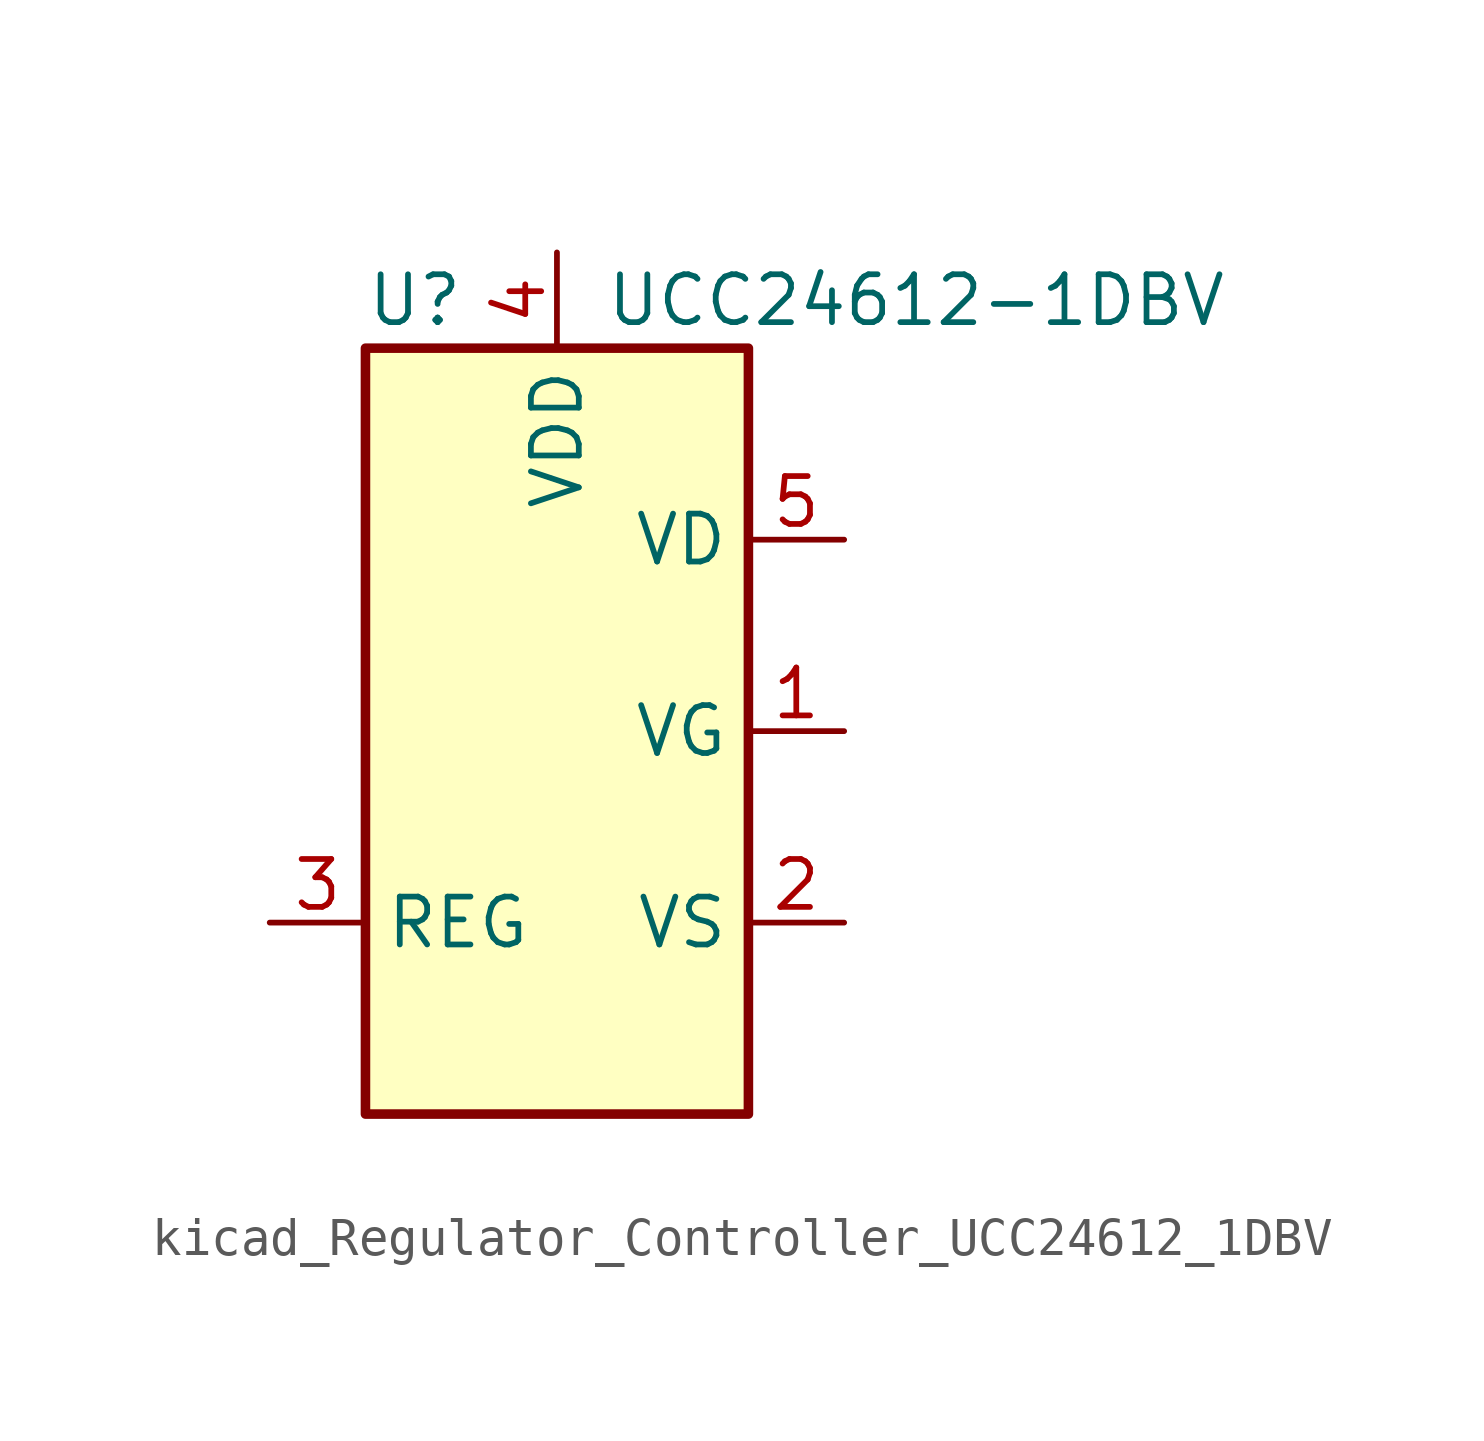
<source format=kicad_sym>
(kicad_symbol_lib
  (version 20220914)
  (generator kicad_symbol_editor)
  (symbol "kicad_Regulator_Controller_UCC24612_1DBV"
    (property "Reference" "U"
      (at -5.08 11.43 0)
      (effects (font (size 1.27 1.27)) (justify left)))
    (property "Value" "UCC24612-1DBV"
      (at 1.27 11.43 0)
      (effects (font (size 1.27 1.27)) (justify left)))
    (symbol "kicad_Regulator_Controller_UCC24612_1DBV_0_1"
      (rectangle (start -5.08 -10.16) (end 5.08 10.16) (stroke (width 0.254) (type default)) (fill (type background))))
    (symbol "kicad_Regulator_Controller_UCC24612_1DBV_1_1"
      (pin output line (at 7.62 0 180) (length 2.54) (name "VG" (effects (font (size 1.27 1.27)))) (number "1" (effects (font (size 1.27 1.27)))))
      (pin input line (at 7.62 -5.08 180) (length 2.54) (name "VS" (effects (font (size 1.27 1.27)))) (number "2" (effects (font (size 1.27 1.27)))))
      (pin passive line (at -7.62 -5.08 0) (length 2.54) (name "REG" (effects (font (size 1.27 1.27)))) (number "3" (effects (font (size 1.27 1.27)))))
      (pin power_in line (at 0 12.7 270) (length 2.54) (name "VDD" (effects (font (size 1.27 1.27)))) (number "4" (effects (font (size 1.27 1.27)))))
      (pin input line (at 7.62 5.08 180) (length 2.54) (name "VD" (effects (font (size 1.27 1.27)))) (number "5" (effects (font (size 1.27 1.27))))))))
</source>
